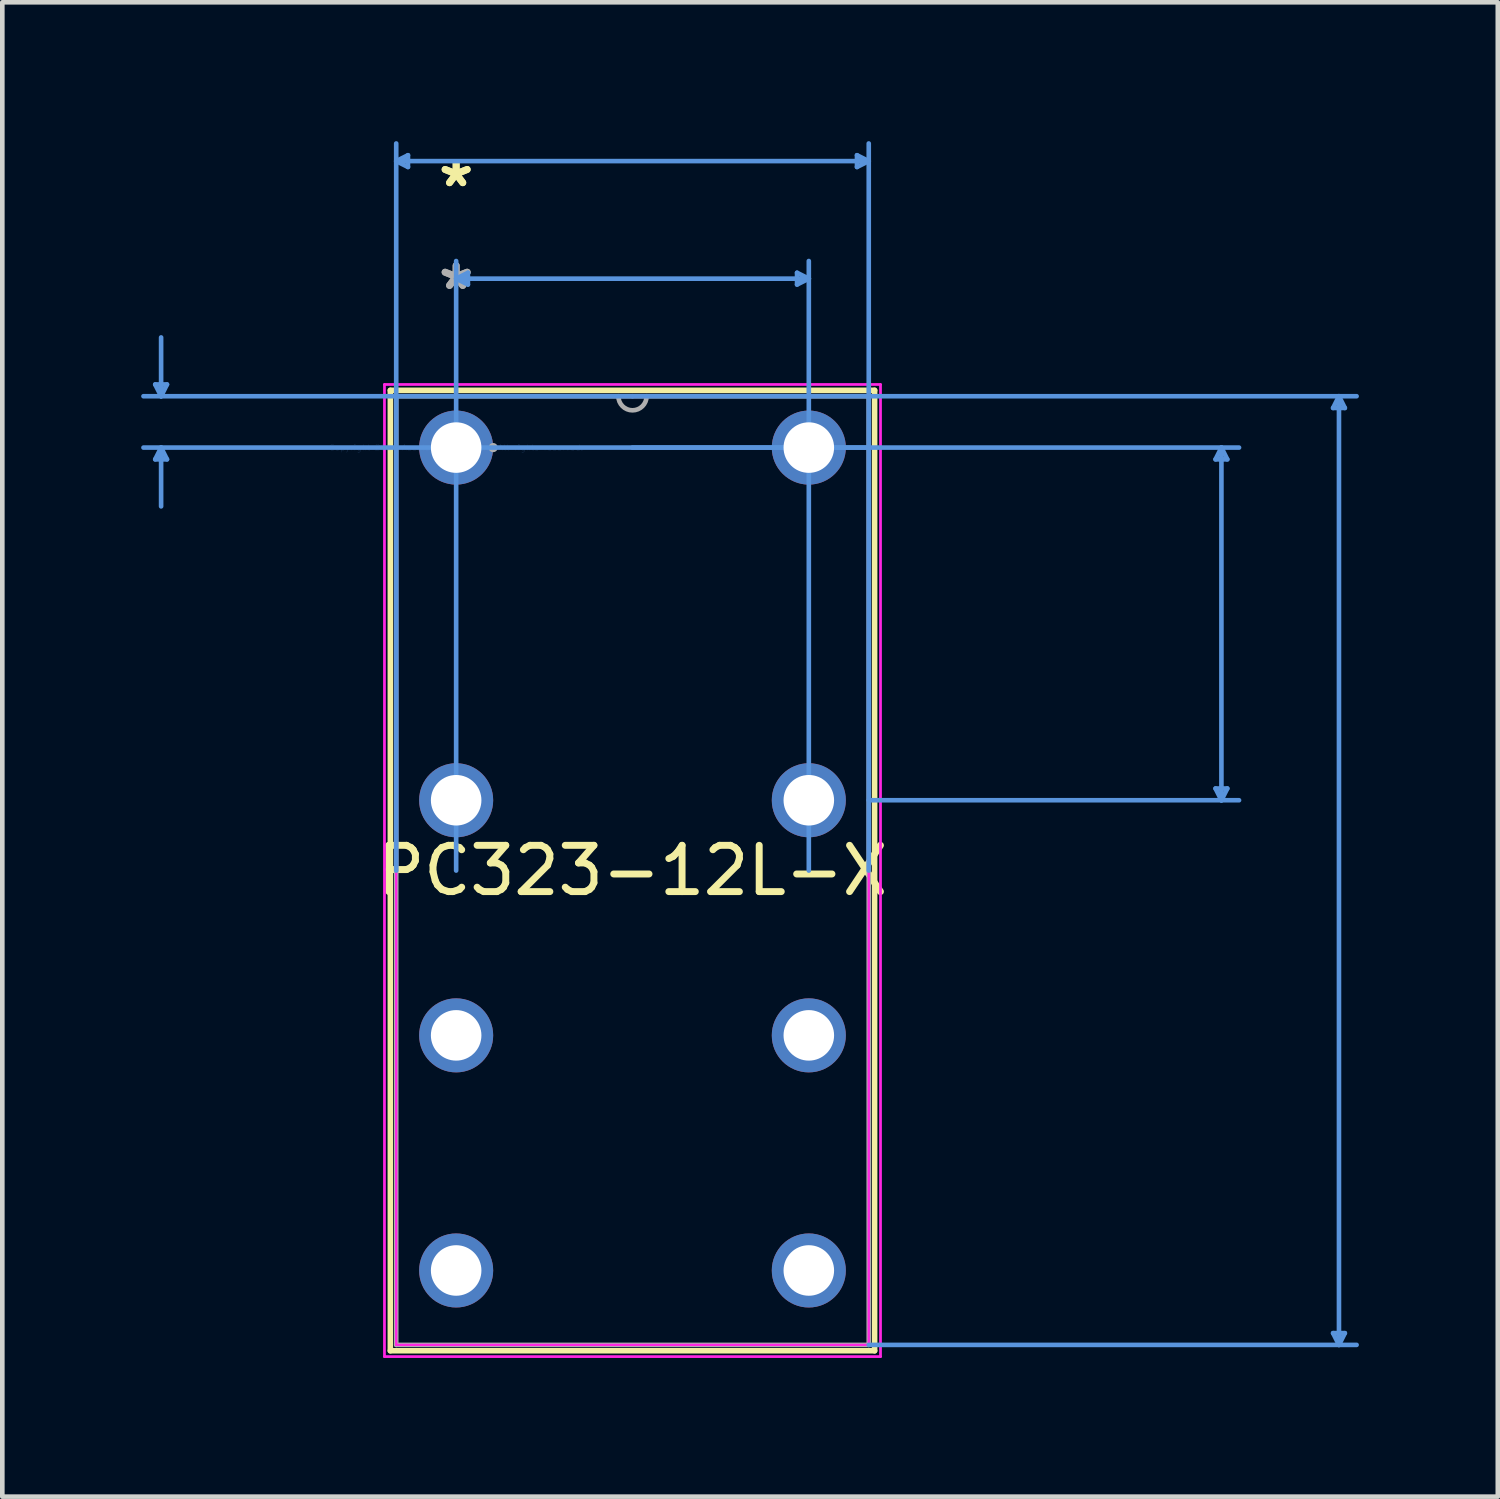
<source format=kicad_pcb>
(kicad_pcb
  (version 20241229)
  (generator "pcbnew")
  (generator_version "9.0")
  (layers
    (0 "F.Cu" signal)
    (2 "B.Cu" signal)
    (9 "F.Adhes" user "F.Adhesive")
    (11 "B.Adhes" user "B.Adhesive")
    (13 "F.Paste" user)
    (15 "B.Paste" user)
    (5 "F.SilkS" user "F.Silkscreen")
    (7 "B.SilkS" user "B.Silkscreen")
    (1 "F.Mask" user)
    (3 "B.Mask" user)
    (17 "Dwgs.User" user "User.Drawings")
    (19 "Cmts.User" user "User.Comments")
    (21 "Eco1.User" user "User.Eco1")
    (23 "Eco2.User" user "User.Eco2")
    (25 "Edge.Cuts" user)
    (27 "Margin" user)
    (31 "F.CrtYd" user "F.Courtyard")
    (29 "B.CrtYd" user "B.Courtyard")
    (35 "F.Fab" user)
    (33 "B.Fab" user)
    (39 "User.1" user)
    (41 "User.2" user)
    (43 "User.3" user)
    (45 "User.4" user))
  (footprint "PC323-12L-X"
    (layer "F.Cu")
    (at 6.806 6.621)
    (property "Reference" "PC323-12L-X" (at 3.81 9.139 0) (layer "F.SilkS") (effects (font (size 1 1) (thickness 0.15))))
    (attr through_hole)
    (fp_line (start -1.422 -1.237) (end -1.422 19.515) (stroke (width 0.12) (type solid)) (layer "F.SilkS"))
    (fp_line (start -1.422 19.515) (end 9.042 19.515) (stroke (width 0.12) (type solid)) (layer "F.SilkS"))
    (fp_line (start 9.042 -1.237) (end -1.422 -1.237) (stroke (width 0.12) (type solid)) (layer "F.SilkS"))
    (fp_line (start 9.042 19.515) (end 9.042 -1.237) (stroke (width 0.12) (type solid)) (layer "F.SilkS"))
    (fp_line (start -6.502 -1.364) (end -6.248 -1.364) (stroke (width 0.1) (type solid)) (layer "Cmts.User"))
    (fp_line (start -6.502 0.254) (end -6.248 0.254) (stroke (width 0.1) (type solid)) (layer "Cmts.User"))
    (fp_line (start -6.375 -1.11) (end -6.502 -1.364) (stroke (width 0.1) (type solid)) (layer "Cmts.User"))
    (fp_line (start -6.375 -1.11) (end -6.375 -2.38) (stroke (width 0.1) (type solid)) (layer "Cmts.User"))
    (fp_line (start -6.375 -1.11) (end -6.248 -1.364) (stroke (width 0.1) (type solid)) (layer "Cmts.User"))
    (fp_line (start -6.375 0) (end -6.502 0.254) (stroke (width 0.1) (type solid)) (layer "Cmts.User"))
    (fp_line (start -6.375 0) (end -6.375 1.27) (stroke (width 0.1) (type solid)) (layer "Cmts.User"))
    (fp_line (start -6.375 0) (end -6.248 0.254) (stroke (width 0.1) (type solid)) (layer "Cmts.User"))
    (fp_line (start -1.295 -6.19) (end -1.041 -6.317) (stroke (width 0.1) (type solid)) (layer "Cmts.User"))
    (fp_line (start -1.295 -6.19) (end -1.041 -6.063) (stroke (width 0.1) (type solid)) (layer "Cmts.User"))
    (fp_line (start -1.295 -6.19) (end 8.915 -6.19) (stroke (width 0.1) (type solid)) (layer "Cmts.User"))
    (fp_line (start -1.295 9.139) (end -1.295 -6.571) (stroke (width 0.1) (type solid)) (layer "Cmts.User"))
    (fp_line (start -1.041 -6.317) (end -1.041 -6.063) (stroke (width 0.1) (type solid)) (layer "Cmts.User"))
    (fp_line (start 0 -3.65) (end 0.254 -3.777) (stroke (width 0.1) (type solid)) (layer "Cmts.User"))
    (fp_line (start 0 -3.65) (end 0.254 -3.523) (stroke (width 0.1) (type solid)) (layer "Cmts.User"))
    (fp_line (start 0 -3.65) (end 7.62 -3.65) (stroke (width 0.1) (type solid)) (layer "Cmts.User"))
    (fp_line (start 0 9.139) (end 0 -4.031) (stroke (width 0.1) (type solid)) (layer "Cmts.User"))
    (fp_line (start 0.254 -3.777) (end 0.254 -3.523) (stroke (width 0.1) (type solid)) (layer "Cmts.User"))
    (fp_line (start 3.81 -1.11) (end -6.756 -1.11) (stroke (width 0.1) (type solid)) (layer "Cmts.User"))
    (fp_line (start 3.81 -1.11) (end 19.456 -1.11) (stroke (width 0.1) (type solid)) (layer "Cmts.User"))
    (fp_line (start 3.81 0) (end 16.916 0) (stroke (width 0.1) (type solid)) (layer "Cmts.User"))
    (fp_line (start 7.366 -3.777) (end 7.366 -3.523) (stroke (width 0.1) (type solid)) (layer "Cmts.User"))
    (fp_line (start 7.62 -3.65) (end 7.366 -3.777) (stroke (width 0.1) (type solid)) (layer "Cmts.User"))
    (fp_line (start 7.62 -3.65) (end 7.366 -3.523) (stroke (width 0.1) (type solid)) (layer "Cmts.User"))
    (fp_line (start 7.62 9.139) (end 7.62 -4.031) (stroke (width 0.1) (type solid)) (layer "Cmts.User"))
    (fp_line (start 8.661 -6.317) (end 8.661 -6.063) (stroke (width 0.1) (type solid)) (layer "Cmts.User"))
    (fp_line (start 8.915 -6.19) (end 8.661 -6.317) (stroke (width 0.1) (type solid)) (layer "Cmts.User"))
    (fp_line (start 8.915 -6.19) (end 8.661 -6.063) (stroke (width 0.1) (type solid)) (layer "Cmts.User"))
    (fp_line (start 8.915 0) (end -6.756 0) (stroke (width 0.1) (type solid)) (layer "Cmts.User"))
    (fp_line (start 8.915 7.62) (end 16.916 7.62) (stroke (width 0.1) (type solid)) (layer "Cmts.User"))
    (fp_line (start 8.915 9.139) (end 8.915 -6.571) (stroke (width 0.1) (type solid)) (layer "Cmts.User"))
    (fp_line (start 8.915 19.388) (end 19.456 19.388) (stroke (width 0.1) (type solid)) (layer "Cmts.User"))
    (fp_line (start 16.408 0.254) (end 16.662 0.254) (stroke (width 0.1) (type solid)) (layer "Cmts.User"))
    (fp_line (start 16.408 7.366) (end 16.662 7.366) (stroke (width 0.1) (type solid)) (layer "Cmts.User"))
    (fp_line (start 16.535 0) (end 16.408 0.254) (stroke (width 0.1) (type solid)) (layer "Cmts.User"))
    (fp_line (start 16.535 0) (end 16.535 7.62) (stroke (width 0.1) (type solid)) (layer "Cmts.User"))
    (fp_line (start 16.535 0) (end 16.662 0.254) (stroke (width 0.1) (type solid)) (layer "Cmts.User"))
    (fp_line (start 16.535 7.62) (end 16.408 7.366) (stroke (width 0.1) (type solid)) (layer "Cmts.User"))
    (fp_line (start 16.535 7.62) (end 16.662 7.366) (stroke (width 0.1) (type solid)) (layer "Cmts.User"))
    (fp_line (start 18.948 -0.856) (end 19.202 -0.856) (stroke (width 0.1) (type solid)) (layer "Cmts.User"))
    (fp_line (start 18.948 19.134) (end 19.202 19.134) (stroke (width 0.1) (type solid)) (layer "Cmts.User"))
    (fp_line (start 19.075 -1.11) (end 18.948 -0.856) (stroke (width 0.1) (type solid)) (layer "Cmts.User"))
    (fp_line (start 19.075 -1.11) (end 19.075 19.388) (stroke (width 0.1) (type solid)) (layer "Cmts.User"))
    (fp_line (start 19.075 -1.11) (end 19.202 -0.856) (stroke (width 0.1) (type solid)) (layer "Cmts.User"))
    (fp_line (start 19.075 19.388) (end 18.948 19.134) (stroke (width 0.1) (type solid)) (layer "Cmts.User"))
    (fp_line (start 19.075 19.388) (end 19.202 19.134) (stroke (width 0.1) (type solid)) (layer "Cmts.User"))
    (fp_line (start -1.549 -1.364) (end 9.169 -1.364) (stroke (width 0.05) (type solid)) (layer "F.CrtYd"))
    (fp_line (start -1.549 -1.364) (end 9.169 -1.364) (stroke (width 0.05) (type solid)) (layer "F.CrtYd"))
    (fp_line (start -1.549 19.642) (end -1.549 -1.364) (stroke (width 0.05) (type solid)) (layer "F.CrtYd"))
    (fp_line (start -1.549 19.642) (end -1.549 -1.364) (stroke (width 0.05) (type solid)) (layer "F.CrtYd"))
    (fp_line (start -1.295 -1.11) (end 8.915 -1.11) (stroke (width 0.05) (type solid)) (layer "F.CrtYd"))
    (fp_line (start -1.295 19.388) (end -1.295 -1.11) (stroke (width 0.05) (type solid)) (layer "F.CrtYd"))
    (fp_line (start 8.915 -1.11) (end 8.915 19.388) (stroke (width 0.05) (type solid)) (layer "F.CrtYd"))
    (fp_line (start 8.915 19.388) (end -1.295 19.388) (stroke (width 0.05) (type solid)) (layer "F.CrtYd"))
    (fp_line (start 9.169 -1.364) (end 9.169 19.642) (stroke (width 0.05) (type solid)) (layer "F.CrtYd"))
    (fp_line (start 9.169 -1.364) (end 9.169 19.642) (stroke (width 0.05) (type solid)) (layer "F.CrtYd"))
    (fp_line (start 9.169 19.642) (end -1.549 19.642) (stroke (width 0.05) (type solid)) (layer "F.CrtYd"))
    (fp_line (start 9.169 19.642) (end -1.549 19.642) (stroke (width 0.05) (type solid)) (layer "F.CrtYd"))
    (fp_line (start -1.295 -1.11) (end -1.295 19.388) (stroke (width 0.1) (type solid)) (layer "F.Fab"))
    (fp_line (start -1.295 19.388) (end 8.915 19.388) (stroke (width 0.1) (type solid)) (layer "F.Fab"))
    (fp_line (start 8.915 -1.11) (end -1.295 -1.11) (stroke (width 0.1) (type solid)) (layer "F.Fab"))
    (fp_line (start 8.915 19.388) (end 8.915 -1.11) (stroke (width 0.1) (type solid)) (layer "F.Fab"))
    (fp_arc (start 4.1148 -1.11) (mid 3.81 -0.8052) (end 3.5052 -1.11) (stroke (width 0.1) (type solid)) (layer "F.Fab"))
    (fp_circle (center 0.8 0) (end 0.8 0) (stroke (width 0.1) (type solid)) (fill no) (layer "F.Fab"))
    (fp_text user "*" (at 0 -5.607 0) (layer "F.SilkS") (effects (font (size 1 1) (thickness 0.15))))
    (fp_text user "*" (at 0 -5.607 0) (layer "F.SilkS") (effects (font (size 1 1) (thickness 0.15))))
    (fp_text user "Copyright 2021 Accelerated Designs. All rights reserved." (at 0 0 0) (layer "Cmts.User") (effects (font (size 0.127 0.127) (thickness 0.002))))
    (fp_text user "*" (at 0 -3.387 0) (layer "F.Fab") (effects (font (size 1 1) (thickness 0.15))))
    (fp_text user "*" (at 0 -3.387 0) (layer "F.Fab") (effects (font (size 1 1) (thickness 0.15))))
    (pad "1" thru_hole circle (at 0 0.000001) (size 1.6 1.6) (drill 1.092) (layers "*.Cu" "*.Mask"))
    (pad "2" thru_hole circle (at 0 7.62) (size 1.6 1.6) (drill 1.092) (layers "*.Cu" "*.Mask"))
    (pad "3" thru_hole circle (at 0 12.7) (size 1.6 1.6) (drill 1.092) (layers "*.Cu" "*.Mask"))
    (pad "4" thru_hole circle (at 0 17.78) (size 1.6 1.6) (drill 1.092) (layers "*.Cu" "*.Mask"))
    (pad "5" thru_hole circle (at 7.62 17.78) (size 1.6 1.6) (drill 1.092) (layers "*.Cu" "*.Mask"))
    (pad "6" thru_hole circle (at 7.62 12.7) (size 1.6 1.6) (drill 1.092) (layers "*.Cu" "*.Mask"))
    (pad "7" thru_hole circle (at 7.62 7.62) (size 1.6 1.6) (drill 1.092) (layers "*.Cu" "*.Mask"))
    (pad "8" thru_hole circle (at 7.62 0.000001) (size 1.6 1.6) (drill 1.092) (layers "*.Cu" "*.Mask")))
  (gr_rect
    (start -3 -3)
    (end 29.313 29.288)
    (stroke (width 0.1) (type default))
    (fill no)
    (layer "Edge.Cuts")))
</source>
